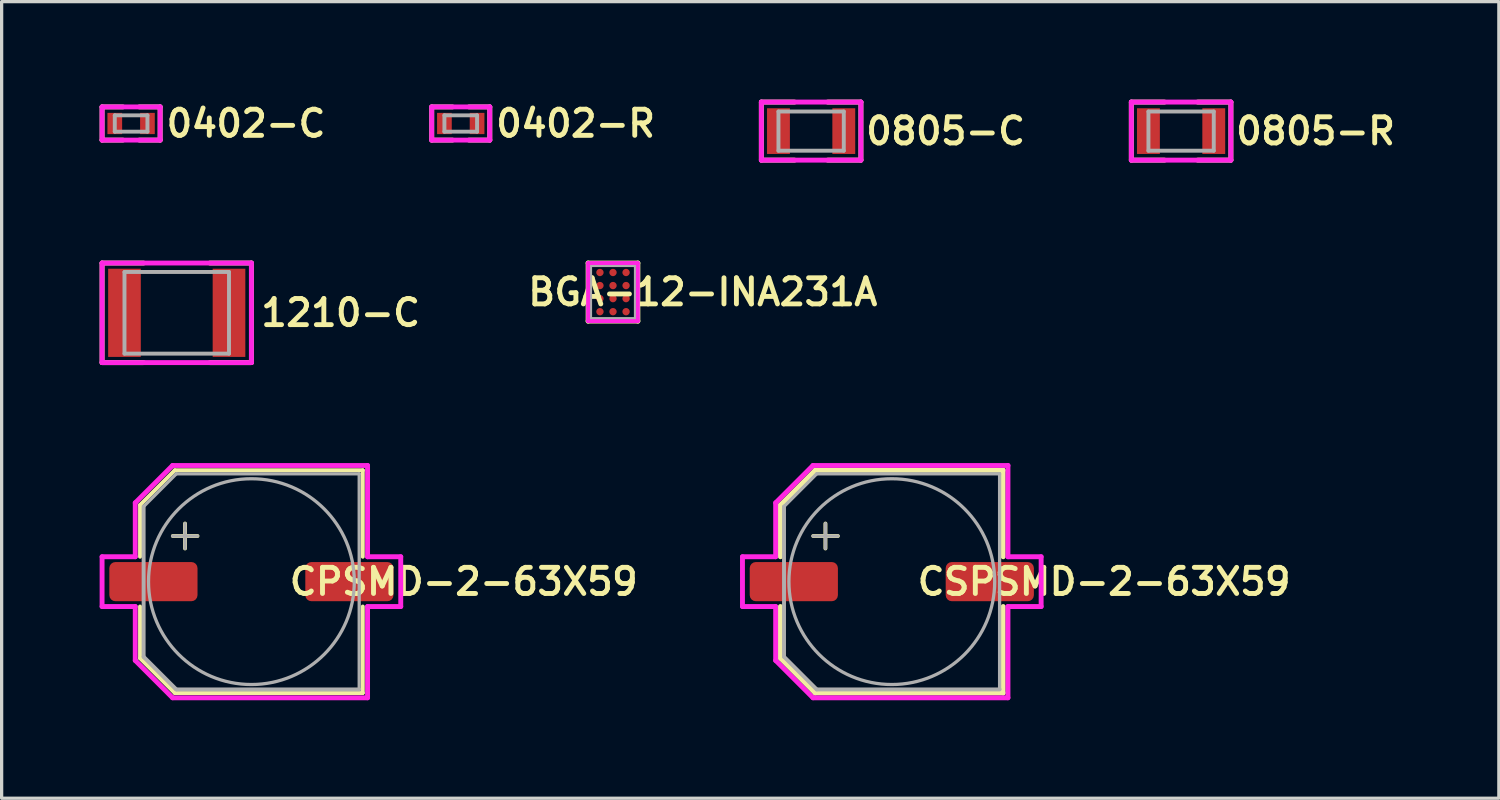
<source format=kicad_pcb>
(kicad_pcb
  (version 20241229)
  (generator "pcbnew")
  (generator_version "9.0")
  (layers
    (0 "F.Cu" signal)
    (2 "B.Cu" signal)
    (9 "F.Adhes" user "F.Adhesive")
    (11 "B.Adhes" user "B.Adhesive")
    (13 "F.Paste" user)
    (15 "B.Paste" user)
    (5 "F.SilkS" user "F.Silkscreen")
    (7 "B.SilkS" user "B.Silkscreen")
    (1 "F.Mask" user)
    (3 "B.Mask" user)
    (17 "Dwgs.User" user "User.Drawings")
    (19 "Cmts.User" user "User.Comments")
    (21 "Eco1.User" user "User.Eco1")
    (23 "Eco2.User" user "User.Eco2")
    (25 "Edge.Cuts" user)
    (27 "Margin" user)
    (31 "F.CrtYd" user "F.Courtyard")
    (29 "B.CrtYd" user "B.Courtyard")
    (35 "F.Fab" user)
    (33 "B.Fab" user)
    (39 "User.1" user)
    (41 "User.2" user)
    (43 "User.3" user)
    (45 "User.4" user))
  (footprint "CSPSMD-2-63X59"
    (layer "F.Cu")
    (at 24.253 14.757)
    (property "Reference" "CSPSMD-2-63X59" (at 6.5 0 0) (layer "F.SilkS") (effects (font (size 0.8 0.8) (thickness 0.15))))
    (attr smd)
    (fp_line (start -3.41 -2.346) (end -3.41 -0.762) (stroke (width 0.15) (type solid)) (layer "F.SilkS"))
    (fp_line (start -3.41 -2.346) (end -2.346 -3.41) (stroke (width 0.15) (type solid)) (layer "F.SilkS"))
    (fp_line (start -3.41 2.346) (end -3.41 0.762) (stroke (width 0.15) (type solid)) (layer "F.SilkS"))
    (fp_line (start -3.41 2.346) (end -2.346 3.41) (stroke (width 0.15) (type solid)) (layer "F.SilkS"))
    (fp_line (start -2.405 -1.397) (end -1.651 -1.397) (stroke (width 0.12) (type solid)) (layer "F.SilkS"))
    (fp_line (start -2.346 -3.41) (end 3.41 -3.41) (stroke (width 0.15) (type solid)) (layer "F.SilkS"))
    (fp_line (start -2.346 3.41) (end 3.41 3.41) (stroke (width 0.15) (type solid)) (layer "F.SilkS"))
    (fp_line (start -2.032 -1.778) (end -2.032 -1.016) (stroke (width 0.12) (type solid)) (layer "F.SilkS"))
    (fp_line (start 3.41 -3.41) (end 3.41 -0.762) (stroke (width 0.15) (type solid)) (layer "F.SilkS"))
    (fp_line (start 3.41 3.41) (end 3.41 0.762) (stroke (width 0.15) (type solid)) (layer "F.SilkS"))
    (fp_line (start -4.572 -0.762) (end -4.572 0.762) (stroke (width 0.15) (type solid)) (layer "F.CrtYd"))
    (fp_line (start -4.572 0.762) (end -3.556 0.762) (stroke (width 0.15) (type solid)) (layer "F.CrtYd"))
    (fp_line (start -3.556 -2.413) (end -3.556 -0.762) (stroke (width 0.15) (type solid)) (layer "F.CrtYd"))
    (fp_line (start -3.556 -2.413) (end -2.413 -3.556) (stroke (width 0.15) (type solid)) (layer "F.CrtYd"))
    (fp_line (start -3.556 -0.762) (end -4.572 -0.762) (stroke (width 0.15) (type solid)) (layer "F.CrtYd"))
    (fp_line (start -3.556 0.762) (end -3.556 2.413) (stroke (width 0.15) (type solid)) (layer "F.CrtYd"))
    (fp_line (start -3.556 2.413) (end -2.413 3.556) (stroke (width 0.15) (type solid)) (layer "F.CrtYd"))
    (fp_line (start -2.413 -3.556) (end 3.556 -3.556) (stroke (width 0.15) (type solid)) (layer "F.CrtYd"))
    (fp_line (start -2.413 3.556) (end 3.556 3.556) (stroke (width 0.15) (type solid)) (layer "F.CrtYd"))
    (fp_line (start 3.556 -3.556) (end 3.556 -0.762) (stroke (width 0.15) (type solid)) (layer "F.CrtYd"))
    (fp_line (start 3.556 -0.762) (end 4.572 -0.762) (stroke (width 0.15) (type solid)) (layer "F.CrtYd"))
    (fp_line (start 3.556 0.762) (end 3.556 3.556) (stroke (width 0.15) (type solid)) (layer "F.CrtYd"))
    (fp_line (start 4.572 -0.762) (end 4.572 0.762) (stroke (width 0.15) (type solid)) (layer "F.CrtYd"))
    (fp_line (start 4.572 0.762) (end 3.556 0.762) (stroke (width 0.15) (type solid)) (layer "F.CrtYd"))
    (fp_line (start -3.3 -2.3) (end -3.3 2.3) (stroke (width 0.12) (type solid)) (layer "F.Fab"))
    (fp_line (start -3.3 -2.3) (end -2.3 -3.3) (stroke (width 0.1) (type solid)) (layer "F.Fab"))
    (fp_line (start -3.3 2.3) (end -2.3 3.3) (stroke (width 0.12) (type solid)) (layer "F.Fab"))
    (fp_line (start -2.413 -1.397) (end -1.651 -1.397) (stroke (width 0.1) (type solid)) (layer "F.Fab"))
    (fp_line (start -2.3 -3.3) (end 3.3 -3.3) (stroke (width 0.1) (type solid)) (layer "F.Fab"))
    (fp_line (start -2.3 3.3) (end 3.3 3.3) (stroke (width 0.12) (type solid)) (layer "F.Fab"))
    (fp_line (start -2.032 -1.778) (end -2.032 -1.016) (stroke (width 0.1) (type solid)) (layer "F.Fab"))
    (fp_line (start 3.3 -3.3) (end 3.3 3.3) (stroke (width 0.1) (type solid)) (layer "F.Fab"))
    (fp_circle (center 0 0) (end 3.15 0) (stroke (width 0.1) (type solid)) (fill no) (layer "F.Fab"))
    (pad "1" smd roundrect (at -3 0) (size 2.7 1.2) (layers "F.Cu" "F.Mask" "F.Paste") (roundrect_rratio 0.156))
    (pad "2" smd roundrect (at 3 0) (size 2.7 1.2) (layers "F.Cu" "F.Mask" "F.Paste") (roundrect_rratio 0.156)))
  (footprint "0402-C"
    (layer "F.Cu")
    (at 0.964 0.731)
    (property "Reference" "0402-C" (at 1 0 0) (layer "F.SilkS") (effects (font (size 0.8 0.8) (thickness 0.15)) (justify left)))
    (attr smd)
    (fp_line (start -0.889 -0.508) (end -0.254 -0.508) (stroke (width 0.15) (type solid)) (layer "F.SilkS"))
    (fp_line (start -0.889 0.508) (end -0.889 -0.508) (stroke (width 0.15) (type solid)) (layer "F.SilkS"))
    (fp_line (start -0.254 0.508) (end -0.889 0.508) (stroke (width 0.15) (type solid)) (layer "F.SilkS"))
    (fp_line (start 0.254 -0.508) (end 0.889 -0.508) (stroke (width 0.15) (type solid)) (layer "F.SilkS"))
    (fp_line (start 0.889 -0.508) (end 0.889 0.508) (stroke (width 0.15) (type solid)) (layer "F.SilkS"))
    (fp_line (start 0.889 0.508) (end 0.254 0.508) (stroke (width 0.15) (type solid)) (layer "F.SilkS"))
    (fp_line (start -0.889 -0.508) (end 0.889 -0.508) (stroke (width 0.15) (type solid)) (layer "F.CrtYd"))
    (fp_line (start -0.889 0.508) (end -0.889 -0.508) (stroke (width 0.15) (type solid)) (layer "F.CrtYd"))
    (fp_line (start 0.889 -0.508) (end 0.889 0.508) (stroke (width 0.15) (type solid)) (layer "F.CrtYd"))
    (fp_line (start 0.889 0.508) (end -0.889 0.508) (stroke (width 0.15) (type solid)) (layer "F.CrtYd"))
    (fp_line (start -0.5 -0.25) (end -0.5 0.25) (stroke (width 0.12) (type solid)) (layer "F.Fab"))
    (fp_line (start -0.5 -0.25) (end 0.5 -0.25) (stroke (width 0.12) (type solid)) (layer "F.Fab"))
    (fp_line (start -0.5 0.25) (end 0.5 0.25) (stroke (width 0.12) (type solid)) (layer "F.Fab"))
    (fp_line (start 0.5 0.25) (end 0.5 -0.25) (stroke (width 0.12) (type solid)) (layer "F.Fab"))
    (pad "1" smd rect (at -0.5 0 270) (size 0.65 0.45) (layers "F.Cu" "F.Mask" "F.Paste"))
    (pad "2" smd rect (at 0.5 0 270) (size 0.65 0.45) (layers "F.Cu" "F.Mask" "F.Paste")))
  (footprint "1210-C"
    (layer "F.Cu")
    (at 2.361 6.527)
    (property "Reference" "1210-C" (at 2.5 0 0) (layer "F.SilkS") (effects (font (size 0.8 0.8) (thickness 0.15)) (justify left)))
    (attr through_hole)
    (fp_line (start -2.286 -1.524) (end -1.016 -1.524) (stroke (width 0.15) (type solid)) (layer "F.SilkS"))
    (fp_line (start -2.286 1.524) (end -2.286 -1.524) (stroke (width 0.15) (type solid)) (layer "F.SilkS"))
    (fp_line (start -1.016 1.524) (end -2.286 1.524) (stroke (width 0.15) (type solid)) (layer "F.SilkS"))
    (fp_line (start 1.016 -1.524) (end 2.286 -1.524) (stroke (width 0.15) (type solid)) (layer "F.SilkS"))
    (fp_line (start 2.286 -1.524) (end 2.286 1.524) (stroke (width 0.15) (type solid)) (layer "F.SilkS"))
    (fp_line (start 2.286 1.524) (end 1.016 1.524) (stroke (width 0.15) (type solid)) (layer "F.SilkS"))
    (fp_line (start -2.286 -1.524) (end 2.286 -1.524) (stroke (width 0.15) (type solid)) (layer "F.CrtYd"))
    (fp_line (start -2.286 1.524) (end -2.286 -1.524) (stroke (width 0.15) (type solid)) (layer "F.CrtYd"))
    (fp_line (start 2.286 -1.524) (end 2.286 1.524) (stroke (width 0.15) (type solid)) (layer "F.CrtYd"))
    (fp_line (start 2.286 1.524) (end -2.286 1.524) (stroke (width 0.15) (type solid)) (layer "F.CrtYd"))
    (fp_line (start -1.6 -1.25) (end -1.6 1.25) (stroke (width 0.12) (type solid)) (layer "F.Fab"))
    (fp_line (start -1.6 -1.25) (end 1.6 -1.25) (stroke (width 0.12) (type solid)) (layer "F.Fab"))
    (fp_line (start -1.6 1.25) (end 1.6 1.25) (stroke (width 0.12) (type solid)) (layer "F.Fab"))
    (fp_line (start 1.6 1.25) (end 1.6 -1.25) (stroke (width 0.12) (type solid)) (layer "F.Fab"))
    (pad "1" smd rect (at -1.6 0 180) (size 1 2.7) (layers "F.Cu" "F.Mask" "F.Paste"))
    (pad "2" smd rect (at 1.6 0) (size 1 2.7) (layers "F.Cu" "F.Mask" "F.Paste")))
  (footprint "CPSMD-2-63X59"
    (layer "F.Cu")
    (at 4.647 14.757)
    (property "Reference" "CPSMD-2-63X59" (at 6.5 0 0) (layer "F.SilkS") (effects (font (size 0.8 0.8) (thickness 0.15))))
    (attr smd)
    (fp_line (start -3.41 -2.346) (end -3.41 -0.762) (stroke (width 0.12) (type solid)) (layer "F.SilkS"))
    (fp_line (start -3.41 -2.346) (end -2.346 -3.41) (stroke (width 0.12) (type solid)) (layer "F.SilkS"))
    (fp_line (start -3.41 2.346) (end -3.41 0.762) (stroke (width 0.12) (type solid)) (layer "F.SilkS"))
    (fp_line (start -3.41 2.346) (end -2.346 3.41) (stroke (width 0.12) (type solid)) (layer "F.SilkS"))
    (fp_line (start -2.405 -1.397) (end -1.651 -1.397) (stroke (width 0.12) (type solid)) (layer "F.SilkS"))
    (fp_line (start -2.346 -3.41) (end 3.41 -3.41) (stroke (width 0.12) (type solid)) (layer "F.SilkS"))
    (fp_line (start -2.346 3.41) (end 3.41 3.41) (stroke (width 0.12) (type solid)) (layer "F.SilkS"))
    (fp_line (start -2.032 -1.778) (end -2.032 -1.016) (stroke (width 0.12) (type solid)) (layer "F.SilkS"))
    (fp_line (start 3.41 -3.41) (end 3.41 -0.762) (stroke (width 0.12) (type solid)) (layer "F.SilkS"))
    (fp_line (start 3.41 3.41) (end 3.41 0.762) (stroke (width 0.12) (type solid)) (layer "F.SilkS"))
    (fp_line (start -4.572 -0.762) (end -4.572 0.762) (stroke (width 0.15) (type solid)) (layer "F.CrtYd"))
    (fp_line (start -4.572 0.762) (end -3.556 0.762) (stroke (width 0.15) (type solid)) (layer "F.CrtYd"))
    (fp_line (start -3.556 -2.413) (end -3.556 -0.762) (stroke (width 0.15) (type solid)) (layer "F.CrtYd"))
    (fp_line (start -3.556 -2.413) (end -2.413 -3.556) (stroke (width 0.15) (type solid)) (layer "F.CrtYd"))
    (fp_line (start -3.556 -0.762) (end -4.572 -0.762) (stroke (width 0.15) (type solid)) (layer "F.CrtYd"))
    (fp_line (start -3.556 0.762) (end -3.556 2.413) (stroke (width 0.15) (type solid)) (layer "F.CrtYd"))
    (fp_line (start -3.556 2.413) (end -2.413 3.556) (stroke (width 0.15) (type solid)) (layer "F.CrtYd"))
    (fp_line (start -2.413 -3.556) (end 3.556 -3.556) (stroke (width 0.15) (type solid)) (layer "F.CrtYd"))
    (fp_line (start -2.413 3.556) (end 3.556 3.556) (stroke (width 0.15) (type solid)) (layer "F.CrtYd"))
    (fp_line (start 3.556 -3.556) (end 3.556 -0.762) (stroke (width 0.15) (type solid)) (layer "F.CrtYd"))
    (fp_line (start 3.556 -0.762) (end 4.572 -0.762) (stroke (width 0.15) (type solid)) (layer "F.CrtYd"))
    (fp_line (start 3.556 0.762) (end 3.556 3.556) (stroke (width 0.15) (type solid)) (layer "F.CrtYd"))
    (fp_line (start 4.572 -0.762) (end 4.572 0.762) (stroke (width 0.15) (type solid)) (layer "F.CrtYd"))
    (fp_line (start 4.572 0.762) (end 3.556 0.762) (stroke (width 0.15) (type solid)) (layer "F.CrtYd"))
    (fp_line (start -3.3 -2.3) (end -3.3 2.3) (stroke (width 0.12) (type solid)) (layer "F.Fab"))
    (fp_line (start -3.3 -2.3) (end -2.3 -3.3) (stroke (width 0.1) (type solid)) (layer "F.Fab"))
    (fp_line (start -3.3 2.3) (end -2.3 3.3) (stroke (width 0.12) (type solid)) (layer "F.Fab"))
    (fp_line (start -2.413 -1.397) (end -1.651 -1.397) (stroke (width 0.1) (type solid)) (layer "F.Fab"))
    (fp_line (start -2.3 -3.3) (end 3.3 -3.3) (stroke (width 0.1) (type solid)) (layer "F.Fab"))
    (fp_line (start -2.3 3.3) (end 3.3 3.3) (stroke (width 0.12) (type solid)) (layer "F.Fab"))
    (fp_line (start -2.032 -1.778) (end -2.032 -1.016) (stroke (width 0.1) (type solid)) (layer "F.Fab"))
    (fp_line (start 3.3 -3.3) (end 3.3 3.3) (stroke (width 0.1) (type solid)) (layer "F.Fab"))
    (fp_circle (center 0 0) (end 3.15 0) (stroke (width 0.1) (type solid)) (fill no) (layer "F.Fab"))
    (pad "1" smd roundrect (at -3 0) (size 2.7 1.2) (layers "F.Cu" "F.Mask" "F.Paste") (roundrect_rratio 0.156))
    (pad "2" smd roundrect (at 3 0) (size 2.7 1.2) (layers "F.Cu" "F.Mask" "F.Paste") (roundrect_rratio 0.156)))
  (footprint "0402-R"
    (layer "F.Cu")
    (at 11.056 0.731)
    (property "Reference" "0402-R" (at 1 0 0) (layer "F.SilkS") (effects (font (size 0.8 0.8) (thickness 0.15)) (justify left)))
    (attr smd)
    (fp_line (start -0.889 -0.508) (end -0.254 -0.508) (stroke (width 0.15) (type solid)) (layer "F.SilkS"))
    (fp_line (start -0.889 0.508) (end -0.889 -0.508) (stroke (width 0.15) (type solid)) (layer "F.SilkS"))
    (fp_line (start -0.254 0.508) (end -0.889 0.508) (stroke (width 0.15) (type solid)) (layer "F.SilkS"))
    (fp_line (start 0.254 -0.508) (end 0.889 -0.508) (stroke (width 0.15) (type solid)) (layer "F.SilkS"))
    (fp_line (start 0.889 -0.508) (end 0.889 0.508) (stroke (width 0.15) (type solid)) (layer "F.SilkS"))
    (fp_line (start 0.889 0.508) (end 0.254 0.508) (stroke (width 0.15) (type solid)) (layer "F.SilkS"))
    (fp_line (start -0.889 -0.508) (end 0.889 -0.508) (stroke (width 0.15) (type solid)) (layer "F.CrtYd"))
    (fp_line (start -0.889 0.508) (end -0.889 -0.508) (stroke (width 0.15) (type solid)) (layer "F.CrtYd"))
    (fp_line (start 0.889 -0.508) (end 0.889 0.508) (stroke (width 0.15) (type solid)) (layer "F.CrtYd"))
    (fp_line (start 0.889 0.508) (end -0.889 0.508) (stroke (width 0.15) (type solid)) (layer "F.CrtYd"))
    (fp_line (start -0.5 -0.25) (end -0.5 0.25) (stroke (width 0.12) (type solid)) (layer "F.Fab"))
    (fp_line (start -0.5 -0.25) (end 0.5 -0.25) (stroke (width 0.12) (type solid)) (layer "F.Fab"))
    (fp_line (start -0.5 0.25) (end 0.5 0.25) (stroke (width 0.12) (type solid)) (layer "F.Fab"))
    (fp_line (start 0.5 0.25) (end 0.5 -0.25) (stroke (width 0.12) (type solid)) (layer "F.Fab"))
    (pad "1" smd rect (at -0.5 0 270) (size 0.65 0.45) (layers "F.Cu" "F.Mask" "F.Paste"))
    (pad "2" smd rect (at 0.5 0 270) (size 0.65 0.45) (layers "F.Cu" "F.Mask" "F.Paste")))
  (footprint "0805-C"
    (layer "F.Cu")
    (at 21.783 0.964)
    (property "Reference" "0805-C" (at 1.6 0 0) (layer "F.SilkS") (effects (font (size 0.8 0.8) (thickness 0.15)) (justify left)))
    (attr through_hole)
    (fp_line (start -1.524 -0.889) (end -0.508 -0.889) (stroke (width 0.15) (type solid)) (layer "F.SilkS"))
    (fp_line (start -1.524 0.889) (end -1.524 -0.889) (stroke (width 0.15) (type solid)) (layer "F.SilkS"))
    (fp_line (start -0.508 0.889) (end -1.524 0.889) (stroke (width 0.15) (type solid)) (layer "F.SilkS"))
    (fp_line (start 0.508 -0.889) (end 1.524 -0.889) (stroke (width 0.15) (type solid)) (layer "F.SilkS"))
    (fp_line (start 1.524 -0.889) (end 1.524 0.889) (stroke (width 0.15) (type solid)) (layer "F.SilkS"))
    (fp_line (start 1.524 0.889) (end 0.508 0.889) (stroke (width 0.15) (type solid)) (layer "F.SilkS"))
    (fp_line (start -1.524 0.889) (end -1.524 -0.889) (stroke (width 0.15) (type solid)) (layer "F.CrtYd"))
    (fp_line (start -1.524 0.889) (end 1.524 0.889) (stroke (width 0.15) (type solid)) (layer "F.CrtYd"))
    (fp_line (start 1.524 -0.889) (end -1.524 -0.889) (stroke (width 0.15) (type solid)) (layer "F.CrtYd"))
    (fp_line (start 1.524 -0.889) (end 1.524 0.889) (stroke (width 0.15) (type solid)) (layer "F.CrtYd"))
    (fp_line (start -1 -0.6) (end -1 0.6) (stroke (width 0.12) (type solid)) (layer "F.Fab"))
    (fp_line (start -1 -0.6) (end 1 -0.6) (stroke (width 0.12) (type solid)) (layer "F.Fab"))
    (fp_line (start 1 -0.6) (end 1 0.6) (stroke (width 0.12) (type solid)) (layer "F.Fab"))
    (fp_line (start 1 0.6) (end -1 0.6) (stroke (width 0.12) (type solid)) (layer "F.Fab"))
    (pad "1" smd rect (at -1 0) (size 0.7 1.4) (layers "F.Cu" "F.Mask" "F.Paste"))
    (pad "2" smd rect (at 1 0 180) (size 0.7 1.4) (layers "F.Cu" "F.Mask" "F.Paste")))
  (footprint "BGA-12-INA231A"
    (layer "F.Cu")
    (at 15.717 5.892)
    (property "Reference" "BGA-12-INA231A" (at 2.75 0 0) (layer "F.SilkS") (effects (font (size 0.8 0.8) (thickness 0.15))))
    (attr through_hole)
    (fp_line (start -0.762 -0.889) (end -0.762 0.889) (stroke (width 0.15) (type solid)) (layer "F.SilkS"))
    (fp_line (start -0.762 -0.889) (end 0.762 -0.889) (stroke (width 0.15) (type solid)) (layer "F.SilkS"))
    (fp_line (start 0.762 -0.889) (end 0.762 0.889) (stroke (width 0.15) (type solid)) (layer "F.SilkS"))
    (fp_line (start 0.762 0.889) (end -0.762 0.889) (stroke (width 0.15) (type solid)) (layer "F.SilkS"))
    (fp_line (start -0.762 -0.889) (end 0.762 -0.889) (stroke (width 0.12) (type solid)) (layer "F.CrtYd"))
    (fp_line (start -0.762 0.889) (end -0.762 -0.889) (stroke (width 0.12) (type solid)) (layer "F.CrtYd"))
    (fp_line (start 0.762 -0.889) (end 0.762 0.889) (stroke (width 0.12) (type solid)) (layer "F.CrtYd"))
    (fp_line (start 0.762 0.889) (end -0.762 0.889) (stroke (width 0.12) (type solid)) (layer "F.CrtYd"))
    (fp_line (start -0.7 -0.825) (end -0.7 0.825) (stroke (width 0.12) (type solid)) (layer "F.Fab"))
    (fp_line (start -0.7 -0.825) (end 0.7 -0.825) (stroke (width 0.12) (type solid)) (layer "F.Fab"))
    (fp_line (start 0.7 0.825) (end -0.7 0.825) (stroke (width 0.12) (type solid)) (layer "F.Fab"))
    (fp_line (start 0.7 0.825) (end 0.7 -0.825) (stroke (width 0.12) (type solid)) (layer "F.Fab"))
    (pad "A1" smd circle (at -0.4 -0.6) (size 0.225 0.225) (layers "F.Cu" "F.Mask" "F.Paste"))
    (pad "A2" smd circle (at 0 -0.6) (size 0.225 0.225) (layers "F.Cu" "F.Mask" "F.Paste"))
    (pad "A3" smd circle (at 0.4 -0.6) (size 0.225 0.225) (layers "F.Cu" "F.Mask" "F.Paste"))
    (pad "B1" smd circle (at -0.4 -0.2) (size 0.225 0.225) (layers "F.Cu" "F.Mask" "F.Paste"))
    (pad "B2" smd circle (at 0 -0.2) (size 0.225 0.225) (layers "F.Cu" "F.Mask" "F.Paste"))
    (pad "B3" smd circle (at 0.4 -0.2) (size 0.225 0.225) (layers "F.Cu" "F.Mask" "F.Paste"))
    (pad "C1" smd circle (at -0.4 0.2) (size 0.225 0.225) (layers "F.Cu" "F.Mask" "F.Paste"))
    (pad "C2" smd circle (at 0 0.2) (size 0.225 0.225) (layers "F.Cu" "F.Mask" "F.Paste"))
    (pad "C3" smd circle (at 0.4 0.2) (size 0.225 0.225) (layers "F.Cu" "F.Mask" "F.Paste"))
    (pad "D1" smd circle (at -0.4 0.6) (size 0.225 0.225) (layers "F.Cu" "F.Mask" "F.Paste"))
    (pad "D2" smd circle (at 0 0.6) (size 0.225 0.225) (layers "F.Cu" "F.Mask" "F.Paste"))
    (pad "D3" smd circle (at 0.4 0.6) (size 0.225 0.225) (layers "F.Cu" "F.Mask" "F.Paste")))
  (footprint "0805-R"
    (layer "F.Cu")
    (at 33.11 0.964)
    (property "Reference" "0805-R" (at 1.6 0 0) (layer "F.SilkS") (effects (font (size 0.8 0.8) (thickness 0.15)) (justify left)))
    (attr through_hole)
    (fp_line (start -1.524 -0.889) (end -0.508 -0.889) (stroke (width 0.15) (type solid)) (layer "F.SilkS"))
    (fp_line (start -1.524 0.889) (end -1.524 -0.889) (stroke (width 0.15) (type solid)) (layer "F.SilkS"))
    (fp_line (start -0.508 0.889) (end -1.524 0.889) (stroke (width 0.15) (type solid)) (layer "F.SilkS"))
    (fp_line (start 0.508 -0.889) (end 1.524 -0.889) (stroke (width 0.15) (type solid)) (layer "F.SilkS"))
    (fp_line (start 1.524 -0.889) (end 1.524 0.889) (stroke (width 0.15) (type solid)) (layer "F.SilkS"))
    (fp_line (start 1.524 0.889) (end 0.508 0.889) (stroke (width 0.15) (type solid)) (layer "F.SilkS"))
    (fp_line (start -1.524 0.889) (end -1.524 -0.889) (stroke (width 0.15) (type solid)) (layer "F.CrtYd"))
    (fp_line (start -1.524 0.889) (end 1.524 0.889) (stroke (width 0.15) (type solid)) (layer "F.CrtYd"))
    (fp_line (start 1.524 -0.889) (end -1.524 -0.889) (stroke (width 0.15) (type solid)) (layer "F.CrtYd"))
    (fp_line (start 1.524 -0.889) (end 1.524 0.889) (stroke (width 0.15) (type solid)) (layer "F.CrtYd"))
    (fp_line (start -1 -0.6) (end -1 0.6) (stroke (width 0.12) (type solid)) (layer "F.Fab"))
    (fp_line (start -1 -0.6) (end 1 -0.6) (stroke (width 0.12) (type solid)) (layer "F.Fab"))
    (fp_line (start 1 -0.6) (end 1 0.6) (stroke (width 0.12) (type solid)) (layer "F.Fab"))
    (fp_line (start 1 0.6) (end -1 0.6) (stroke (width 0.12) (type solid)) (layer "F.Fab"))
    (pad "1" smd rect (at -1 0) (size 0.7 1.4) (layers "F.Cu" "F.Mask" "F.Paste"))
    (pad "2" smd rect (at 1 0 180) (size 0.7 1.4) (layers "F.Cu" "F.Mask" "F.Paste")))
  (gr_rect
    (start -3 -3)
    (end 42.838 21.388)
    (stroke (width 0.1) (type default))
    (fill no)
    (layer "Edge.Cuts")))
</source>
